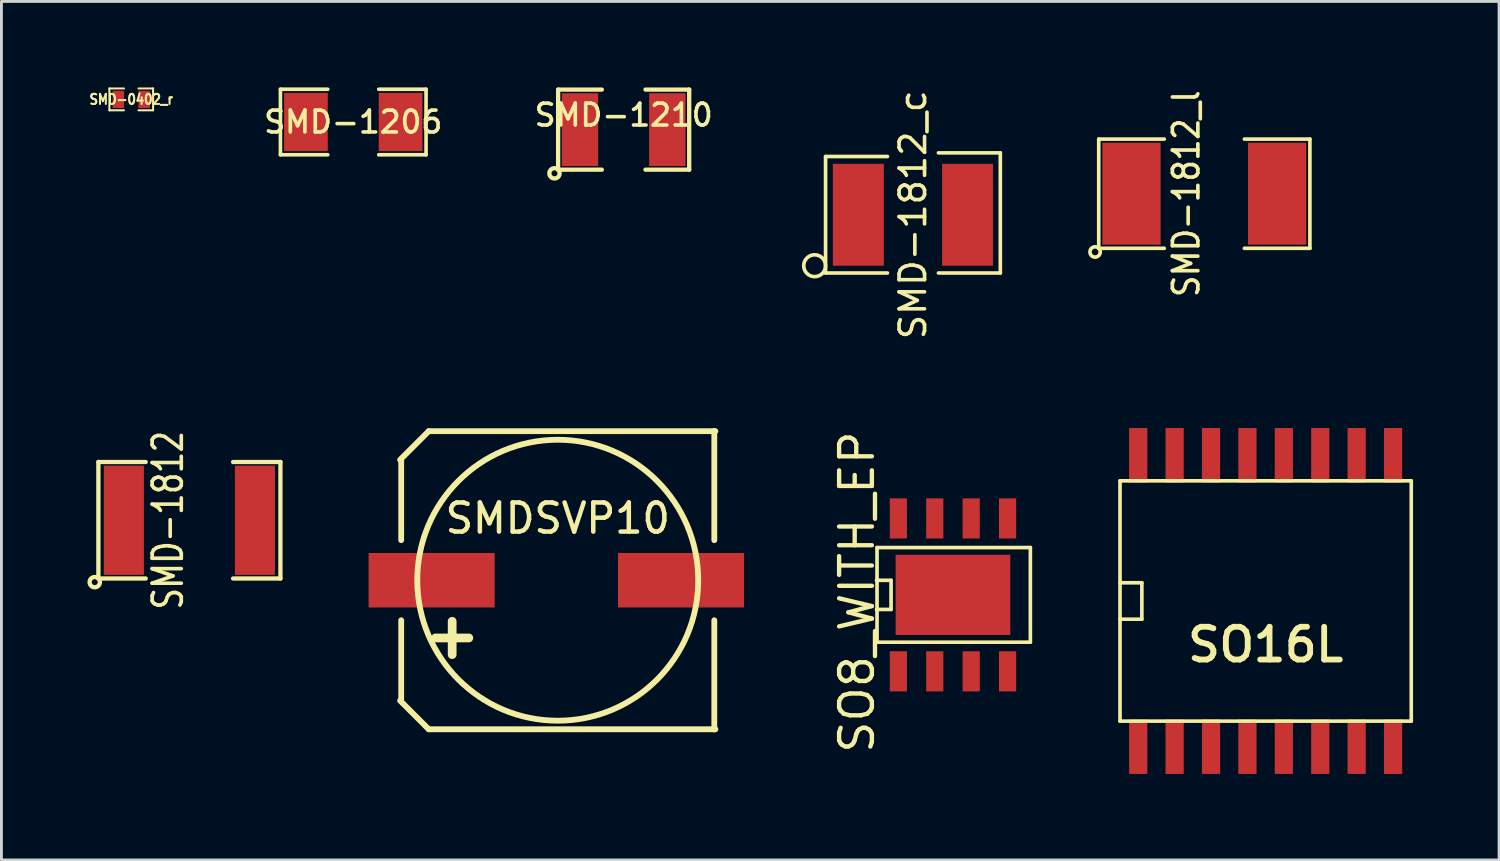
<source format=kicad_pcb>
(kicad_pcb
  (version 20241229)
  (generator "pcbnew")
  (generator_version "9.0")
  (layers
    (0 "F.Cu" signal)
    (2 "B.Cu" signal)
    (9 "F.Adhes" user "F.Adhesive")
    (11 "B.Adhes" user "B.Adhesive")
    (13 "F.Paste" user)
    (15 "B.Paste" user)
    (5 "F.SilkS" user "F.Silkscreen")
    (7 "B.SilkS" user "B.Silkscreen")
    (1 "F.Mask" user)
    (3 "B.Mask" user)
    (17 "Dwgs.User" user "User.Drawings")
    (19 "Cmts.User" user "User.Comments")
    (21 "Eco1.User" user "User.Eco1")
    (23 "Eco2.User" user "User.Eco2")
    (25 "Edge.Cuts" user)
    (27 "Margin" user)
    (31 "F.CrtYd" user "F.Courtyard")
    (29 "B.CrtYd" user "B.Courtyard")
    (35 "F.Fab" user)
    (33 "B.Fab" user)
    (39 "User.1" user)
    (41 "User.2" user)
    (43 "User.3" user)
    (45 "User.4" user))
  (footprint "SMD-0402_r"
    (layer "F.Cu")
    (at 1.528 0.417)
    (property "Reference" "SMD-0402_r" (at 0 0 0) (layer "F.SilkS") (effects (font (size 0.351 0.305) (thickness 0.071))))
    (attr smd)
    (fp_line (start -0.762 -0.381) (end -0.762 0.381) (stroke (width 0.071) (type solid)) (layer "F.SilkS"))
    (fp_line (start -0.762 0.381) (end -0.254 0.381) (stroke (width 0.071) (type solid)) (layer "F.SilkS"))
    (fp_line (start -0.254 -0.381) (end -0.762 -0.381) (stroke (width 0.071) (type solid)) (layer "F.SilkS"))
    (fp_line (start 0.254 -0.381) (end 0.762 -0.381) (stroke (width 0.071) (type solid)) (layer "F.SilkS"))
    (fp_line (start 0.762 -0.381) (end 0.762 0.381) (stroke (width 0.071) (type solid)) (layer "F.SilkS"))
    (fp_line (start 0.762 0.381) (end 0.254 0.381) (stroke (width 0.071) (type solid)) (layer "F.SilkS"))
    (pad "1" smd rect (at -0.45 0) (size 0.399 0.599) (layers "F.Cu" "F.Mask" "F.Paste"))
    (pad "2" smd rect (at 0.45 0) (size 0.399 0.599) (layers "F.Cu" "F.Mask" "F.Paste")))
  (footprint "SO8_WITH_EP"
    (layer "F.Cu")
    (at 30.192 17.701)
    (property "Reference" "SO8_WITH_EP" (at -3.35 -0.099 90) (layer "F.SilkS") (effects (font (size 1.143 1.143) (thickness 0.152))))
    (attr smd)
    (fp_line (start -2.667 -0.508) (end -2.159 -0.508) (stroke (width 0.127) (type solid)) (layer "F.SilkS"))
    (fp_line (start -2.649 -1.651) (end -2.649 1.651) (stroke (width 0.127) (type solid)) (layer "F.SilkS"))
    (fp_line (start -2.649 -1.651) (end 2.7 -1.651) (stroke (width 0.127) (type solid)) (layer "F.SilkS"))
    (fp_line (start -2.159 -0.508) (end -2.159 0.508) (stroke (width 0.127) (type solid)) (layer "F.SilkS"))
    (fp_line (start -2.159 0.508) (end -2.667 0.508) (stroke (width 0.127) (type solid)) (layer "F.SilkS"))
    (fp_line (start 2.7 -1.651) (end 2.7 1.651) (stroke (width 0.127) (type solid)) (layer "F.SilkS"))
    (fp_line (start 2.7 1.651) (end -2.649 1.651) (stroke (width 0.127) (type solid)) (layer "F.SilkS"))
    (pad "1" smd rect (at -1.905 2.667) (size 0.599 1.4) (layers "F.Cu" "F.Mask" "F.Paste"))
    (pad "2" smd rect (at -0.635 2.667) (size 0.599 1.4) (layers "F.Cu" "F.Mask" "F.Paste"))
    (pad "3" smd rect (at 0.635 2.667) (size 0.599 1.4) (layers "F.Cu" "F.Mask" "F.Paste"))
    (pad "4" smd rect (at 1.905 2.667) (size 0.599 1.4) (layers "F.Cu" "F.Mask" "F.Paste"))
    (pad "5" smd rect (at 1.905 -2.667) (size 0.599 1.4) (layers "F.Cu" "F.Mask" "F.Paste"))
    (pad "6" smd rect (at 0.635 -2.667) (size 0.599 1.4) (layers "F.Cu" "F.Mask" "F.Paste"))
    (pad "7" smd rect (at -0.635 -2.667) (size 0.599 1.4) (layers "F.Cu" "F.Mask" "F.Paste"))
    (pad "8" smd rect (at -1.905 -2.667) (size 0.599 1.4) (layers "F.Cu" "F.Mask" "F.Paste"))
    (pad "9" smd rect (at 0 0) (size 4 2.799) (layers "F.Cu" "F.Mask" "F.Paste")))
  (footprint "SMD-1812"
    (layer "F.Cu")
    (at 3.557 15.098)
    (property "Reference" "SMD-1812" (at -0.747 0 90) (layer "F.SilkS") (effects (font (size 1.016 0.762) (thickness 0.127))))
    (attr smd)
    (fp_line (start -3.175 -2.032) (end -3.175 2.032) (stroke (width 0.15) (type solid)) (layer "F.SilkS"))
    (fp_line (start -3.175 2.032) (end -1.524 2.032) (stroke (width 0.15) (type solid)) (layer "F.SilkS"))
    (fp_line (start -1.524 -2.032) (end -3.175 -2.032) (stroke (width 0.15) (type solid)) (layer "F.SilkS"))
    (fp_line (start 1.524 2.032) (end 3.175 2.032) (stroke (width 0.15) (type solid)) (layer "F.SilkS"))
    (fp_line (start 3.175 -2.032) (end 1.524 -2.032) (stroke (width 0.15) (type solid)) (layer "F.SilkS"))
    (fp_line (start 3.175 2.032) (end 3.175 -2.032) (stroke (width 0.15) (type solid)) (layer "F.SilkS"))
    (fp_circle (center -3.302 2.159) (end -3.175 2.032) (stroke (width 0.15) (type solid)) (fill no) (layer "F.SilkS"))
    (pad "1" smd rect (at -2.286 0) (size 1.397 3.81) (layers "F.Cu" "F.Mask" "F.Paste"))
    (pad "2" smd rect (at 2.286 0) (size 1.397 3.81) (layers "F.Cu" "F.Mask" "F.Paste")))
  (footprint "SMD-1210"
    (layer "F.Cu")
    (at 18.705 1.472)
    (property "Reference" "SMD-1210" (at 0 -0.508 0) (layer "F.SilkS") (effects (font (size 0.762 0.762) (thickness 0.127))))
    (attr smd)
    (fp_line (start -2.286 -1.397) (end -2.286 1.397) (stroke (width 0.15) (type solid)) (layer "F.SilkS"))
    (fp_line (start -2.286 1.397) (end -0.762 1.397) (stroke (width 0.15) (type solid)) (layer "F.SilkS"))
    (fp_line (start -0.762 -1.397) (end -2.286 -1.397) (stroke (width 0.15) (type solid)) (layer "F.SilkS"))
    (fp_line (start 0.762 1.397) (end 2.286 1.397) (stroke (width 0.15) (type solid)) (layer "F.SilkS"))
    (fp_line (start 2.286 -1.397) (end 0.762 -1.397) (stroke (width 0.15) (type solid)) (layer "F.SilkS"))
    (fp_line (start 2.286 1.397) (end 2.286 -1.397) (stroke (width 0.15) (type solid)) (layer "F.SilkS"))
    (fp_circle (center -2.413 1.524) (end -2.286 1.397) (stroke (width 0.15) (type solid)) (fill no) (layer "F.SilkS"))
    (pad "1" smd rect (at -1.524 0) (size 1.27 2.54) (layers "F.Cu" "F.Mask" "F.Paste"))
    (pad "2" smd rect (at 1.524 0) (size 1.27 2.54) (layers "F.Cu" "F.Mask" "F.Paste")))
  (footprint "SMD-1206"
    (layer "F.Cu")
    (at 9.272 1.206)
    (property "Reference" "SMD-1206" (at 0 0 0) (layer "F.SilkS") (effects (font (size 0.762 0.762) (thickness 0.127))))
    (attr smd)
    (fp_line (start -2.54 -1.143) (end -2.54 1.143) (stroke (width 0.127) (type solid)) (layer "F.SilkS"))
    (fp_line (start -2.54 1.143) (end -0.889 1.143) (stroke (width 0.127) (type solid)) (layer "F.SilkS"))
    (fp_line (start -0.889 -1.143) (end -2.54 -1.143) (stroke (width 0.127) (type solid)) (layer "F.SilkS"))
    (fp_line (start 0.889 -1.143) (end 2.54 -1.143) (stroke (width 0.127) (type solid)) (layer "F.SilkS"))
    (fp_line (start 2.54 -1.143) (end 2.54 1.143) (stroke (width 0.127) (type solid)) (layer "F.SilkS"))
    (fp_line (start 2.54 1.143) (end 0.889 1.143) (stroke (width 0.127) (type solid)) (layer "F.SilkS"))
    (pad "1" smd rect (at -1.651 0) (size 1.524 2.032) (layers "F.Cu" "F.Mask" "F.Paste"))
    (pad "2" smd rect (at 1.651 0) (size 1.524 2.032) (layers "F.Cu" "F.Mask" "F.Paste")))
  (footprint "SMDSVP10"
    (layer "F.Cu")
    (at 16.406 17.19)
    (property "Reference" "SMDSVP10" (at 0 -2.159 0) (layer "F.SilkS") (effects (font (size 1.016 1.001) (thickness 0.157))))
    (attr smd)
    (fp_line (start -5.499 4.201) (end -4.501 5.199) (stroke (width 0.203) (type solid)) (layer "F.SilkS"))
    (fp_line (start -5.461 -4.191) (end -5.461 -1.397) (stroke (width 0.203) (type solid)) (layer "F.SilkS"))
    (fp_line (start -5.461 4.191) (end -5.461 1.397) (stroke (width 0.203) (type solid)) (layer "F.SilkS"))
    (fp_line (start -4.501 -5.199) (end -5.499 -4.201) (stroke (width 0.203) (type solid)) (layer "F.SilkS"))
    (fp_line (start -4.501 5.199) (end 5.499 5.199) (stroke (width 0.203) (type solid)) (layer "F.SilkS"))
    (fp_line (start 5.461 -5.207) (end 5.461 -1.397) (stroke (width 0.203) (type solid)) (layer "F.SilkS"))
    (fp_line (start 5.461 5.207) (end 5.461 1.397) (stroke (width 0.203) (type solid)) (layer "F.SilkS"))
    (fp_line (start 5.499 -5.199) (end -4.501 -5.199) (stroke (width 0.203) (type solid)) (layer "F.SilkS"))
    (fp_circle (center 0 0) (end 4.9 0) (stroke (width 0.203) (type solid)) (fill no) (layer "F.SilkS"))
    (fp_text user "+" (at -3.683 1.905 0) (layer "F.SilkS") (effects (font (size 1.524 1.524) (thickness 0.305))))
    (pad "1" smd rect (at -4.399 0) (size 4.399 1.9) (layers "F.Cu" "F.Mask" "F.Paste"))
    (pad "2" smd rect (at 4.3 0) (size 4.399 1.9) (layers "F.Cu" "F.Mask" "F.Paste")))
  (footprint "SMD-1812_l"
    (layer "F.Cu")
    (at 38.96 3.707)
    (property "Reference" "SMD-1812_l" (at -0.63 0 90) (layer "F.SilkS") (effects (font (size 0.889 0.762) (thickness 0.127))))
    (attr smd)
    (fp_line (start -3.683 -1.905) (end -3.683 1.905) (stroke (width 0.127) (type solid)) (layer "F.SilkS"))
    (fp_line (start -3.683 1.905) (end -1.397 1.905) (stroke (width 0.127) (type solid)) (layer "F.SilkS"))
    (fp_line (start -1.397 -1.905) (end -3.683 -1.905) (stroke (width 0.127) (type solid)) (layer "F.SilkS"))
    (fp_line (start 1.397 1.905) (end 3.683 1.905) (stroke (width 0.127) (type solid)) (layer "F.SilkS"))
    (fp_line (start 3.683 -1.905) (end 1.397 -1.905) (stroke (width 0.127) (type solid)) (layer "F.SilkS"))
    (fp_line (start 3.683 1.905) (end 3.683 -1.905) (stroke (width 0.127) (type solid)) (layer "F.SilkS"))
    (fp_circle (center -3.81 2.032) (end -3.683 1.905) (stroke (width 0.127) (type solid)) (fill no) (layer "F.SilkS"))
    (pad "1" smd rect (at -2.54 0) (size 2.032 3.556) (layers "F.Cu" "F.Mask" "F.Paste"))
    (pad "2" smd rect (at 2.54 0) (size 2.032 3.556) (layers "F.Cu" "F.Mask" "F.Paste")))
  (footprint "SMD-1812_c"
    (layer "F.Cu")
    (at 28.796 4.441)
    (property "Reference" "SMD-1812_c" (at 0 0 90) (layer "F.SilkS") (effects (font (size 0.889 0.889) (thickness 0.127))))
    (attr smd)
    (fp_line (start -3.048 -2.032) (end -3.048 2.032) (stroke (width 0.127) (type solid)) (layer "F.SilkS"))
    (fp_line (start -3.048 2.032) (end -0.889 2.032) (stroke (width 0.127) (type solid)) (layer "F.SilkS"))
    (fp_line (start -0.889 -2.032) (end -3.048 -2.032) (stroke (width 0.127) (type solid)) (layer "F.SilkS"))
    (fp_line (start 0.889 -2.159) (end 3.048 -2.159) (stroke (width 0.127) (type solid)) (layer "F.SilkS"))
    (fp_line (start 3.048 -2.159) (end 3.048 2.032) (stroke (width 0.127) (type solid)) (layer "F.SilkS"))
    (fp_line (start 3.048 2.032) (end 0.889 2.032) (stroke (width 0.127) (type solid)) (layer "F.SilkS"))
    (fp_circle (center -3.429 1.778) (end -3.048 1.778) (stroke (width 0.127) (type solid)) (fill no) (layer "F.SilkS"))
    (pad "1" smd rect (at -1.905 0) (size 1.778 3.556) (layers "F.Cu" "F.Mask" "F.Paste"))
    (pad "2" smd rect (at 1.905 0) (size 1.778 3.556) (layers "F.Cu" "F.Mask" "F.Paste")))
  (footprint "SO16L"
    (layer "F.Cu")
    (at 41.099 17.914)
    (property "Reference" "SO16L" (at 0 1.524 0) (layer "F.SilkS") (effects (font (size 1.143 1.143) (thickness 0.203))))
    (attr smd)
    (fp_line (start -5.08 -4.191) (end 5.08 -4.191) (stroke (width 0.127) (type solid)) (layer "F.SilkS"))
    (fp_line (start -5.08 -0.635) (end -4.318 -0.635) (stroke (width 0.127) (type solid)) (layer "F.SilkS"))
    (fp_line (start -5.08 4.191) (end -5.08 -4.191) (stroke (width 0.127) (type solid)) (layer "F.SilkS"))
    (fp_line (start -4.318 -0.635) (end -4.318 0.635) (stroke (width 0.127) (type solid)) (layer "F.SilkS"))
    (fp_line (start -4.318 0.635) (end -5.08 0.635) (stroke (width 0.127) (type solid)) (layer "F.SilkS"))
    (fp_line (start 5.08 -4.191) (end 5.08 4.191) (stroke (width 0.127) (type solid)) (layer "F.SilkS"))
    (fp_line (start 5.08 4.191) (end -5.08 4.191) (stroke (width 0.127) (type solid)) (layer "F.SilkS"))
    (pad "1" smd rect (at -4.445 5.08) (size 0.635 1.905) (layers "F.Cu" "F.Mask" "F.Paste"))
    (pad "2" smd rect (at -3.175 5.08) (size 0.635 1.905) (layers "F.Cu" "F.Mask" "F.Paste"))
    (pad "3" smd rect (at -1.905 5.08) (size 0.635 1.905) (layers "F.Cu" "F.Mask" "F.Paste"))
    (pad "4" smd rect (at -0.635 5.08) (size 0.635 1.905) (layers "F.Cu" "F.Mask" "F.Paste"))
    (pad "5" smd rect (at 0.635 5.08) (size 0.635 1.905) (layers "F.Cu" "F.Mask" "F.Paste"))
    (pad "6" smd rect (at 1.905 5.08) (size 0.635 1.905) (layers "F.Cu" "F.Mask" "F.Paste"))
    (pad "7" smd rect (at 3.175 5.08) (size 0.635 1.905) (layers "F.Cu" "F.Mask" "F.Paste"))
    (pad "8" smd rect (at 4.445 5.08) (size 0.635 1.905) (layers "F.Cu" "F.Mask" "F.Paste"))
    (pad "9" smd rect (at 4.445 -5.08) (size 0.635 1.905) (layers "F.Cu" "F.Mask" "F.Paste"))
    (pad "10" smd rect (at 3.175 -5.08) (size 0.635 1.905) (layers "F.Cu" "F.Mask" "F.Paste"))
    (pad "11" smd rect (at 1.905 -5.08) (size 0.635 1.905) (layers "F.Cu" "F.Mask" "F.Paste"))
    (pad "12" smd rect (at 0.635 -5.08) (size 0.635 1.905) (layers "F.Cu" "F.Mask" "F.Paste"))
    (pad "13" smd rect (at -0.635 -5.08) (size 0.635 1.905) (layers "F.Cu" "F.Mask" "F.Paste"))
    (pad "14" smd rect (at -1.905 -5.08) (size 0.635 1.905) (layers "F.Cu" "F.Mask" "F.Paste"))
    (pad "15" smd rect (at -3.175 -5.08) (size 0.635 1.905) (layers "F.Cu" "F.Mask" "F.Paste"))
    (pad "16" smd rect (at -4.445 -5.08) (size 0.635 1.905) (layers "F.Cu" "F.Mask" "F.Paste")))
  (gr_rect
    (start -3 -3)
    (end 49.242 26.947)
    (stroke (width 0.1) (type default))
    (fill no)
    (layer "Edge.Cuts")))
</source>
